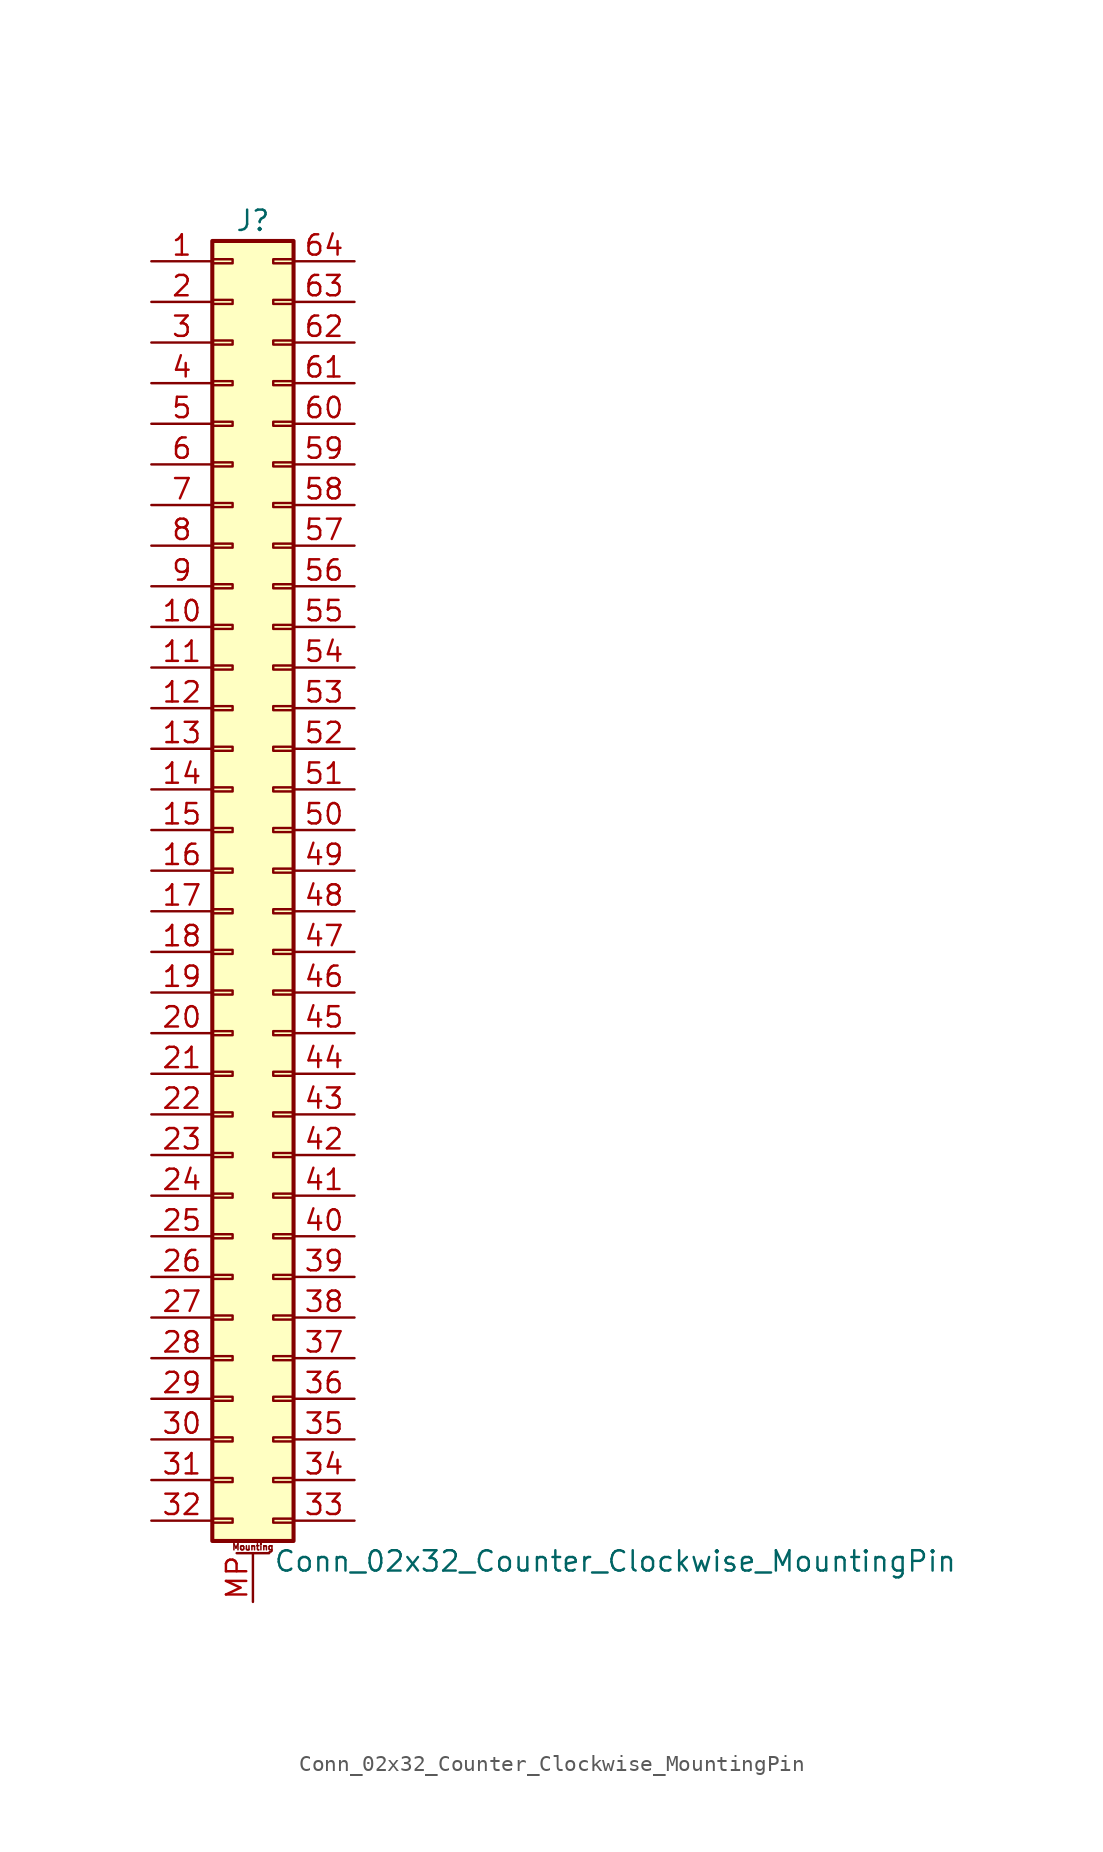
<source format=kicad_sym>
(kicad_symbol_lib
  (version 20201005)
  (generator kicad_symbol_editor)
  (symbol "Conn_02x32_Counter_Clockwise_MountingPin"
    (pin_names
      (offset 1.016) hide)
    (property "Reference" "J"
      (at 1.27 40.64 0)
      (effects (font (size 1.27 1.27))))
    (property "Value" "Conn_02x32_Counter_Clockwise_MountingPin"
      (at 2.54 -43.18 0)
      (effects (font (size 1.27 1.27)) (justify left)))
    (symbol "Conn_02x32_Counter_Clockwise_MountingPin_1_1"
      (text "Mounting" (at 1.27 -42.291 0) (effects (font (size 0.381 0.381))))
      (rectangle (start -1.27 -40.513) (end 0 -40.767) (stroke (width 0.152)) (fill (type none)))
      (rectangle (start -1.27 -37.973) (end 0 -38.227) (stroke (width 0.152)) (fill (type none)))
      (rectangle (start -1.27 -35.433) (end 0 -35.687) (stroke (width 0.152)) (fill (type none)))
      (rectangle (start -1.27 -32.893) (end 0 -33.147) (stroke (width 0.152)) (fill (type none)))
      (rectangle (start -1.27 -30.353) (end 0 -30.607) (stroke (width 0.152)) (fill (type none)))
      (rectangle (start -1.27 -27.813) (end 0 -28.067) (stroke (width 0.152)) (fill (type none)))
      (rectangle (start -1.27 -25.273) (end 0 -25.527) (stroke (width 0.152)) (fill (type none)))
      (rectangle (start -1.27 -22.733) (end 0 -22.987) (stroke (width 0.152)) (fill (type none)))
      (rectangle (start -1.27 -20.193) (end 0 -20.447) (stroke (width 0.152)) (fill (type none)))
      (rectangle (start -1.27 -17.653) (end 0 -17.907) (stroke (width 0.152)) (fill (type none)))
      (rectangle (start -1.27 -15.113) (end 0 -15.367) (stroke (width 0.152)) (fill (type none)))
      (rectangle (start -1.27 -12.573) (end 0 -12.827) (stroke (width 0.152)) (fill (type none)))
      (rectangle (start -1.27 -10.033) (end 0 -10.287) (stroke (width 0.152)) (fill (type none)))
      (rectangle (start -1.27 -7.493) (end 0 -7.747) (stroke (width 0.152)) (fill (type none)))
      (rectangle (start -1.27 -4.953) (end 0 -5.207) (stroke (width 0.152)) (fill (type none)))
      (rectangle (start -1.27 -2.413) (end 0 -2.667) (stroke (width 0.152)) (fill (type none)))
      (rectangle (start -1.27 0.127) (end 0 -0.127) (stroke (width 0.152)) (fill (type none)))
      (rectangle (start -1.27 2.667) (end 0 2.413) (stroke (width 0.152)) (fill (type none)))
      (rectangle (start -1.27 5.207) (end 0 4.953) (stroke (width 0.152)) (fill (type none)))
      (rectangle (start -1.27 7.747) (end 0 7.493) (stroke (width 0.152)) (fill (type none)))
      (rectangle (start -1.27 10.287) (end 0 10.033) (stroke (width 0.152)) (fill (type none)))
      (rectangle (start -1.27 12.827) (end 0 12.573) (stroke (width 0.152)) (fill (type none)))
      (rectangle (start -1.27 15.367) (end 0 15.113) (stroke (width 0.152)) (fill (type none)))
      (rectangle (start -1.27 17.907) (end 0 17.653) (stroke (width 0.152)) (fill (type none)))
      (rectangle (start -1.27 20.447) (end 0 20.193) (stroke (width 0.152)) (fill (type none)))
      (rectangle (start -1.27 22.987) (end 0 22.733) (stroke (width 0.152)) (fill (type none)))
      (rectangle (start -1.27 25.527) (end 0 25.273) (stroke (width 0.152)) (fill (type none)))
      (rectangle (start -1.27 28.067) (end 0 27.813) (stroke (width 0.152)) (fill (type none)))
      (rectangle (start -1.27 30.607) (end 0 30.353) (stroke (width 0.152)) (fill (type none)))
      (rectangle (start -1.27 33.147) (end 0 32.893) (stroke (width 0.152)) (fill (type none)))
      (rectangle (start -1.27 35.687) (end 0 35.433) (stroke (width 0.152)) (fill (type none)))
      (rectangle (start -1.27 38.227) (end 0 37.973) (stroke (width 0.152)) (fill (type none)))
      (rectangle (start -1.27 39.37) (end 3.81 -41.91) (stroke (width 0.254)) (fill (type background)))
      (rectangle (start 3.81 -40.513) (end 2.54 -40.767) (stroke (width 0.152)) (fill (type none)))
      (rectangle (start 3.81 -37.973) (end 2.54 -38.227) (stroke (width 0.152)) (fill (type none)))
      (rectangle (start 3.81 -35.433) (end 2.54 -35.687) (stroke (width 0.152)) (fill (type none)))
      (rectangle (start 3.81 -32.893) (end 2.54 -33.147) (stroke (width 0.152)) (fill (type none)))
      (rectangle (start 3.81 -30.353) (end 2.54 -30.607) (stroke (width 0.152)) (fill (type none)))
      (rectangle (start 3.81 -27.813) (end 2.54 -28.067) (stroke (width 0.152)) (fill (type none)))
      (rectangle (start 3.81 -25.273) (end 2.54 -25.527) (stroke (width 0.152)) (fill (type none)))
      (rectangle (start 3.81 -22.733) (end 2.54 -22.987) (stroke (width 0.152)) (fill (type none)))
      (rectangle (start 3.81 -20.193) (end 2.54 -20.447) (stroke (width 0.152)) (fill (type none)))
      (rectangle (start 3.81 -17.653) (end 2.54 -17.907) (stroke (width 0.152)) (fill (type none)))
      (rectangle (start 3.81 -15.113) (end 2.54 -15.367) (stroke (width 0.152)) (fill (type none)))
      (rectangle (start 3.81 -12.573) (end 2.54 -12.827) (stroke (width 0.152)) (fill (type none)))
      (rectangle (start 3.81 -10.033) (end 2.54 -10.287) (stroke (width 0.152)) (fill (type none)))
      (rectangle (start 3.81 -7.493) (end 2.54 -7.747) (stroke (width 0.152)) (fill (type none)))
      (rectangle (start 3.81 -4.953) (end 2.54 -5.207) (stroke (width 0.152)) (fill (type none)))
      (rectangle (start 3.81 -2.413) (end 2.54 -2.667) (stroke (width 0.152)) (fill (type none)))
      (rectangle (start 3.81 0.127) (end 2.54 -0.127) (stroke (width 0.152)) (fill (type none)))
      (rectangle (start 3.81 2.667) (end 2.54 2.413) (stroke (width 0.152)) (fill (type none)))
      (rectangle (start 3.81 5.207) (end 2.54 4.953) (stroke (width 0.152)) (fill (type none)))
      (rectangle (start 3.81 7.747) (end 2.54 7.493) (stroke (width 0.152)) (fill (type none)))
      (rectangle (start 3.81 10.287) (end 2.54 10.033) (stroke (width 0.152)) (fill (type none)))
      (rectangle (start 3.81 12.827) (end 2.54 12.573) (stroke (width 0.152)) (fill (type none)))
      (rectangle (start 3.81 15.367) (end 2.54 15.113) (stroke (width 0.152)) (fill (type none)))
      (rectangle (start 3.81 17.907) (end 2.54 17.653) (stroke (width 0.152)) (fill (type none)))
      (rectangle (start 3.81 20.447) (end 2.54 20.193) (stroke (width 0.152)) (fill (type none)))
      (rectangle (start 3.81 22.987) (end 2.54 22.733) (stroke (width 0.152)) (fill (type none)))
      (rectangle (start 3.81 25.527) (end 2.54 25.273) (stroke (width 0.152)) (fill (type none)))
      (rectangle (start 3.81 28.067) (end 2.54 27.813) (stroke (width 0.152)) (fill (type none)))
      (rectangle (start 3.81 30.607) (end 2.54 30.353) (stroke (width 0.152)) (fill (type none)))
      (rectangle (start 3.81 33.147) (end 2.54 32.893) (stroke (width 0.152)) (fill (type none)))
      (rectangle (start 3.81 35.687) (end 2.54 35.433) (stroke (width 0.152)) (fill (type none)))
      (rectangle (start 3.81 38.227) (end 2.54 37.973) (stroke (width 0.152)) (fill (type none)))
      (polyline (pts (xy 0.254 -42.672) (xy 2.286 -42.672)) (stroke (width 0.152)) (fill (type none)))
      (pin passive line (at -5.08 38.1 0) (length 3.81) (name "Pin_1" (effects (font (size 1.27 1.27)))) (number "1" (effects (font (size 1.27 1.27)))))
      (pin passive line (at -5.08 15.24 0) (length 3.81) (name "Pin_10" (effects (font (size 1.27 1.27)))) (number "10" (effects (font (size 1.27 1.27)))))
      (pin passive line (at -5.08 12.7 0) (length 3.81) (name "Pin_11" (effects (font (size 1.27 1.27)))) (number "11" (effects (font (size 1.27 1.27)))))
      (pin passive line (at -5.08 10.16 0) (length 3.81) (name "Pin_12" (effects (font (size 1.27 1.27)))) (number "12" (effects (font (size 1.27 1.27)))))
      (pin passive line (at -5.08 7.62 0) (length 3.81) (name "Pin_13" (effects (font (size 1.27 1.27)))) (number "13" (effects (font (size 1.27 1.27)))))
      (pin passive line (at -5.08 5.08 0) (length 3.81) (name "Pin_14" (effects (font (size 1.27 1.27)))) (number "14" (effects (font (size 1.27 1.27)))))
      (pin passive line (at -5.08 2.54 0) (length 3.81) (name "Pin_15" (effects (font (size 1.27 1.27)))) (number "15" (effects (font (size 1.27 1.27)))))
      (pin passive line (at -5.08 0 0) (length 3.81) (name "Pin_16" (effects (font (size 1.27 1.27)))) (number "16" (effects (font (size 1.27 1.27)))))
      (pin passive line (at -5.08 -2.54 0) (length 3.81) (name "Pin_17" (effects (font (size 1.27 1.27)))) (number "17" (effects (font (size 1.27 1.27)))))
      (pin passive line (at -5.08 -5.08 0) (length 3.81) (name "Pin_18" (effects (font (size 1.27 1.27)))) (number "18" (effects (font (size 1.27 1.27)))))
      (pin passive line (at -5.08 -7.62 0) (length 3.81) (name "Pin_19" (effects (font (size 1.27 1.27)))) (number "19" (effects (font (size 1.27 1.27)))))
      (pin passive line (at -5.08 35.56 0) (length 3.81) (name "Pin_2" (effects (font (size 1.27 1.27)))) (number "2" (effects (font (size 1.27 1.27)))))
      (pin passive line (at -5.08 -10.16 0) (length 3.81) (name "Pin_20" (effects (font (size 1.27 1.27)))) (number "20" (effects (font (size 1.27 1.27)))))
      (pin passive line (at -5.08 -12.7 0) (length 3.81) (name "Pin_21" (effects (font (size 1.27 1.27)))) (number "21" (effects (font (size 1.27 1.27)))))
      (pin passive line (at -5.08 -15.24 0) (length 3.81) (name "Pin_22" (effects (font (size 1.27 1.27)))) (number "22" (effects (font (size 1.27 1.27)))))
      (pin passive line (at -5.08 -17.78 0) (length 3.81) (name "Pin_23" (effects (font (size 1.27 1.27)))) (number "23" (effects (font (size 1.27 1.27)))))
      (pin passive line (at -5.08 -20.32 0) (length 3.81) (name "Pin_24" (effects (font (size 1.27 1.27)))) (number "24" (effects (font (size 1.27 1.27)))))
      (pin passive line (at -5.08 -22.86 0) (length 3.81) (name "Pin_25" (effects (font (size 1.27 1.27)))) (number "25" (effects (font (size 1.27 1.27)))))
      (pin passive line (at -5.08 -25.4 0) (length 3.81) (name "Pin_26" (effects (font (size 1.27 1.27)))) (number "26" (effects (font (size 1.27 1.27)))))
      (pin passive line (at -5.08 -27.94 0) (length 3.81) (name "Pin_27" (effects (font (size 1.27 1.27)))) (number "27" (effects (font (size 1.27 1.27)))))
      (pin passive line (at -5.08 -30.48 0) (length 3.81) (name "Pin_28" (effects (font (size 1.27 1.27)))) (number "28" (effects (font (size 1.27 1.27)))))
      (pin passive line (at -5.08 -33.02 0) (length 3.81) (name "Pin_29" (effects (font (size 1.27 1.27)))) (number "29" (effects (font (size 1.27 1.27)))))
      (pin passive line (at -5.08 33.02 0) (length 3.81) (name "Pin_3" (effects (font (size 1.27 1.27)))) (number "3" (effects (font (size 1.27 1.27)))))
      (pin passive line (at -5.08 -35.56 0) (length 3.81) (name "Pin_30" (effects (font (size 1.27 1.27)))) (number "30" (effects (font (size 1.27 1.27)))))
      (pin passive line (at -5.08 -38.1 0) (length 3.81) (name "Pin_31" (effects (font (size 1.27 1.27)))) (number "31" (effects (font (size 1.27 1.27)))))
      (pin passive line (at -5.08 -40.64 0) (length 3.81) (name "Pin_32" (effects (font (size 1.27 1.27)))) (number "32" (effects (font (size 1.27 1.27)))))
      (pin passive line (at 7.62 -40.64 180) (length 3.81) (name "Pin_33" (effects (font (size 1.27 1.27)))) (number "33" (effects (font (size 1.27 1.27)))))
      (pin passive line (at 7.62 -38.1 180) (length 3.81) (name "Pin_34" (effects (font (size 1.27 1.27)))) (number "34" (effects (font (size 1.27 1.27)))))
      (pin passive line (at 7.62 -35.56 180) (length 3.81) (name "Pin_35" (effects (font (size 1.27 1.27)))) (number "35" (effects (font (size 1.27 1.27)))))
      (pin passive line (at 7.62 -33.02 180) (length 3.81) (name "Pin_36" (effects (font (size 1.27 1.27)))) (number "36" (effects (font (size 1.27 1.27)))))
      (pin passive line (at 7.62 -30.48 180) (length 3.81) (name "Pin_37" (effects (font (size 1.27 1.27)))) (number "37" (effects (font (size 1.27 1.27)))))
      (pin passive line (at 7.62 -27.94 180) (length 3.81) (name "Pin_38" (effects (font (size 1.27 1.27)))) (number "38" (effects (font (size 1.27 1.27)))))
      (pin passive line (at 7.62 -25.4 180) (length 3.81) (name "Pin_39" (effects (font (size 1.27 1.27)))) (number "39" (effects (font (size 1.27 1.27)))))
      (pin passive line (at -5.08 30.48 0) (length 3.81) (name "Pin_4" (effects (font (size 1.27 1.27)))) (number "4" (effects (font (size 1.27 1.27)))))
      (pin passive line (at 7.62 -22.86 180) (length 3.81) (name "Pin_40" (effects (font (size 1.27 1.27)))) (number "40" (effects (font (size 1.27 1.27)))))
      (pin passive line (at 7.62 -20.32 180) (length 3.81) (name "Pin_41" (effects (font (size 1.27 1.27)))) (number "41" (effects (font (size 1.27 1.27)))))
      (pin passive line (at 7.62 -17.78 180) (length 3.81) (name "Pin_42" (effects (font (size 1.27 1.27)))) (number "42" (effects (font (size 1.27 1.27)))))
      (pin passive line (at 7.62 -15.24 180) (length 3.81) (name "Pin_43" (effects (font (size 1.27 1.27)))) (number "43" (effects (font (size 1.27 1.27)))))
      (pin passive line (at 7.62 -12.7 180) (length 3.81) (name "Pin_44" (effects (font (size 1.27 1.27)))) (number "44" (effects (font (size 1.27 1.27)))))
      (pin passive line (at 7.62 -10.16 180) (length 3.81) (name "Pin_45" (effects (font (size 1.27 1.27)))) (number "45" (effects (font (size 1.27 1.27)))))
      (pin passive line (at 7.62 -7.62 180) (length 3.81) (name "Pin_46" (effects (font (size 1.27 1.27)))) (number "46" (effects (font (size 1.27 1.27)))))
      (pin passive line (at 7.62 -5.08 180) (length 3.81) (name "Pin_47" (effects (font (size 1.27 1.27)))) (number "47" (effects (font (size 1.27 1.27)))))
      (pin passive line (at 7.62 -2.54 180) (length 3.81) (name "Pin_48" (effects (font (size 1.27 1.27)))) (number "48" (effects (font (size 1.27 1.27)))))
      (pin passive line (at 7.62 0 180) (length 3.81) (name "Pin_49" (effects (font (size 1.27 1.27)))) (number "49" (effects (font (size 1.27 1.27)))))
      (pin passive line (at -5.08 27.94 0) (length 3.81) (name "Pin_5" (effects (font (size 1.27 1.27)))) (number "5" (effects (font (size 1.27 1.27)))))
      (pin passive line (at 7.62 2.54 180) (length 3.81) (name "Pin_50" (effects (font (size 1.27 1.27)))) (number "50" (effects (font (size 1.27 1.27)))))
      (pin passive line (at 7.62 5.08 180) (length 3.81) (name "Pin_51" (effects (font (size 1.27 1.27)))) (number "51" (effects (font (size 1.27 1.27)))))
      (pin passive line (at 7.62 7.62 180) (length 3.81) (name "Pin_52" (effects (font (size 1.27 1.27)))) (number "52" (effects (font (size 1.27 1.27)))))
      (pin passive line (at 7.62 10.16 180) (length 3.81) (name "Pin_53" (effects (font (size 1.27 1.27)))) (number "53" (effects (font (size 1.27 1.27)))))
      (pin passive line (at 7.62 12.7 180) (length 3.81) (name "Pin_54" (effects (font (size 1.27 1.27)))) (number "54" (effects (font (size 1.27 1.27)))))
      (pin passive line (at 7.62 15.24 180) (length 3.81) (name "Pin_55" (effects (font (size 1.27 1.27)))) (number "55" (effects (font (size 1.27 1.27)))))
      (pin passive line (at 7.62 17.78 180) (length 3.81) (name "Pin_56" (effects (font (size 1.27 1.27)))) (number "56" (effects (font (size 1.27 1.27)))))
      (pin passive line (at 7.62 20.32 180) (length 3.81) (name "Pin_57" (effects (font (size 1.27 1.27)))) (number "57" (effects (font (size 1.27 1.27)))))
      (pin passive line (at 7.62 22.86 180) (length 3.81) (name "Pin_58" (effects (font (size 1.27 1.27)))) (number "58" (effects (font (size 1.27 1.27)))))
      (pin passive line (at 7.62 25.4 180) (length 3.81) (name "Pin_59" (effects (font (size 1.27 1.27)))) (number "59" (effects (font (size 1.27 1.27)))))
      (pin passive line (at -5.08 25.4 0) (length 3.81) (name "Pin_6" (effects (font (size 1.27 1.27)))) (number "6" (effects (font (size 1.27 1.27)))))
      (pin passive line (at 7.62 27.94 180) (length 3.81) (name "Pin_60" (effects (font (size 1.27 1.27)))) (number "60" (effects (font (size 1.27 1.27)))))
      (pin passive line (at 7.62 30.48 180) (length 3.81) (name "Pin_61" (effects (font (size 1.27 1.27)))) (number "61" (effects (font (size 1.27 1.27)))))
      (pin passive line (at 7.62 33.02 180) (length 3.81) (name "Pin_62" (effects (font (size 1.27 1.27)))) (number "62" (effects (font (size 1.27 1.27)))))
      (pin passive line (at 7.62 35.56 180) (length 3.81) (name "Pin_63" (effects (font (size 1.27 1.27)))) (number "63" (effects (font (size 1.27 1.27)))))
      (pin passive line (at 7.62 38.1 180) (length 3.81) (name "Pin_64" (effects (font (size 1.27 1.27)))) (number "64" (effects (font (size 1.27 1.27)))))
      (pin passive line (at -5.08 22.86 0) (length 3.81) (name "Pin_7" (effects (font (size 1.27 1.27)))) (number "7" (effects (font (size 1.27 1.27)))))
      (pin passive line (at -5.08 20.32 0) (length 3.81) (name "Pin_8" (effects (font (size 1.27 1.27)))) (number "8" (effects (font (size 1.27 1.27)))))
      (pin passive line (at -5.08 17.78 0) (length 3.81) (name "Pin_9" (effects (font (size 1.27 1.27)))) (number "9" (effects (font (size 1.27 1.27)))))
      (pin passive line (at 1.27 -45.72 90) (length 3.048) (name "MountPin" (effects (font (size 1.27 1.27)))) (number "MP" (effects (font (size 1.27 1.27))))))))
</source>
